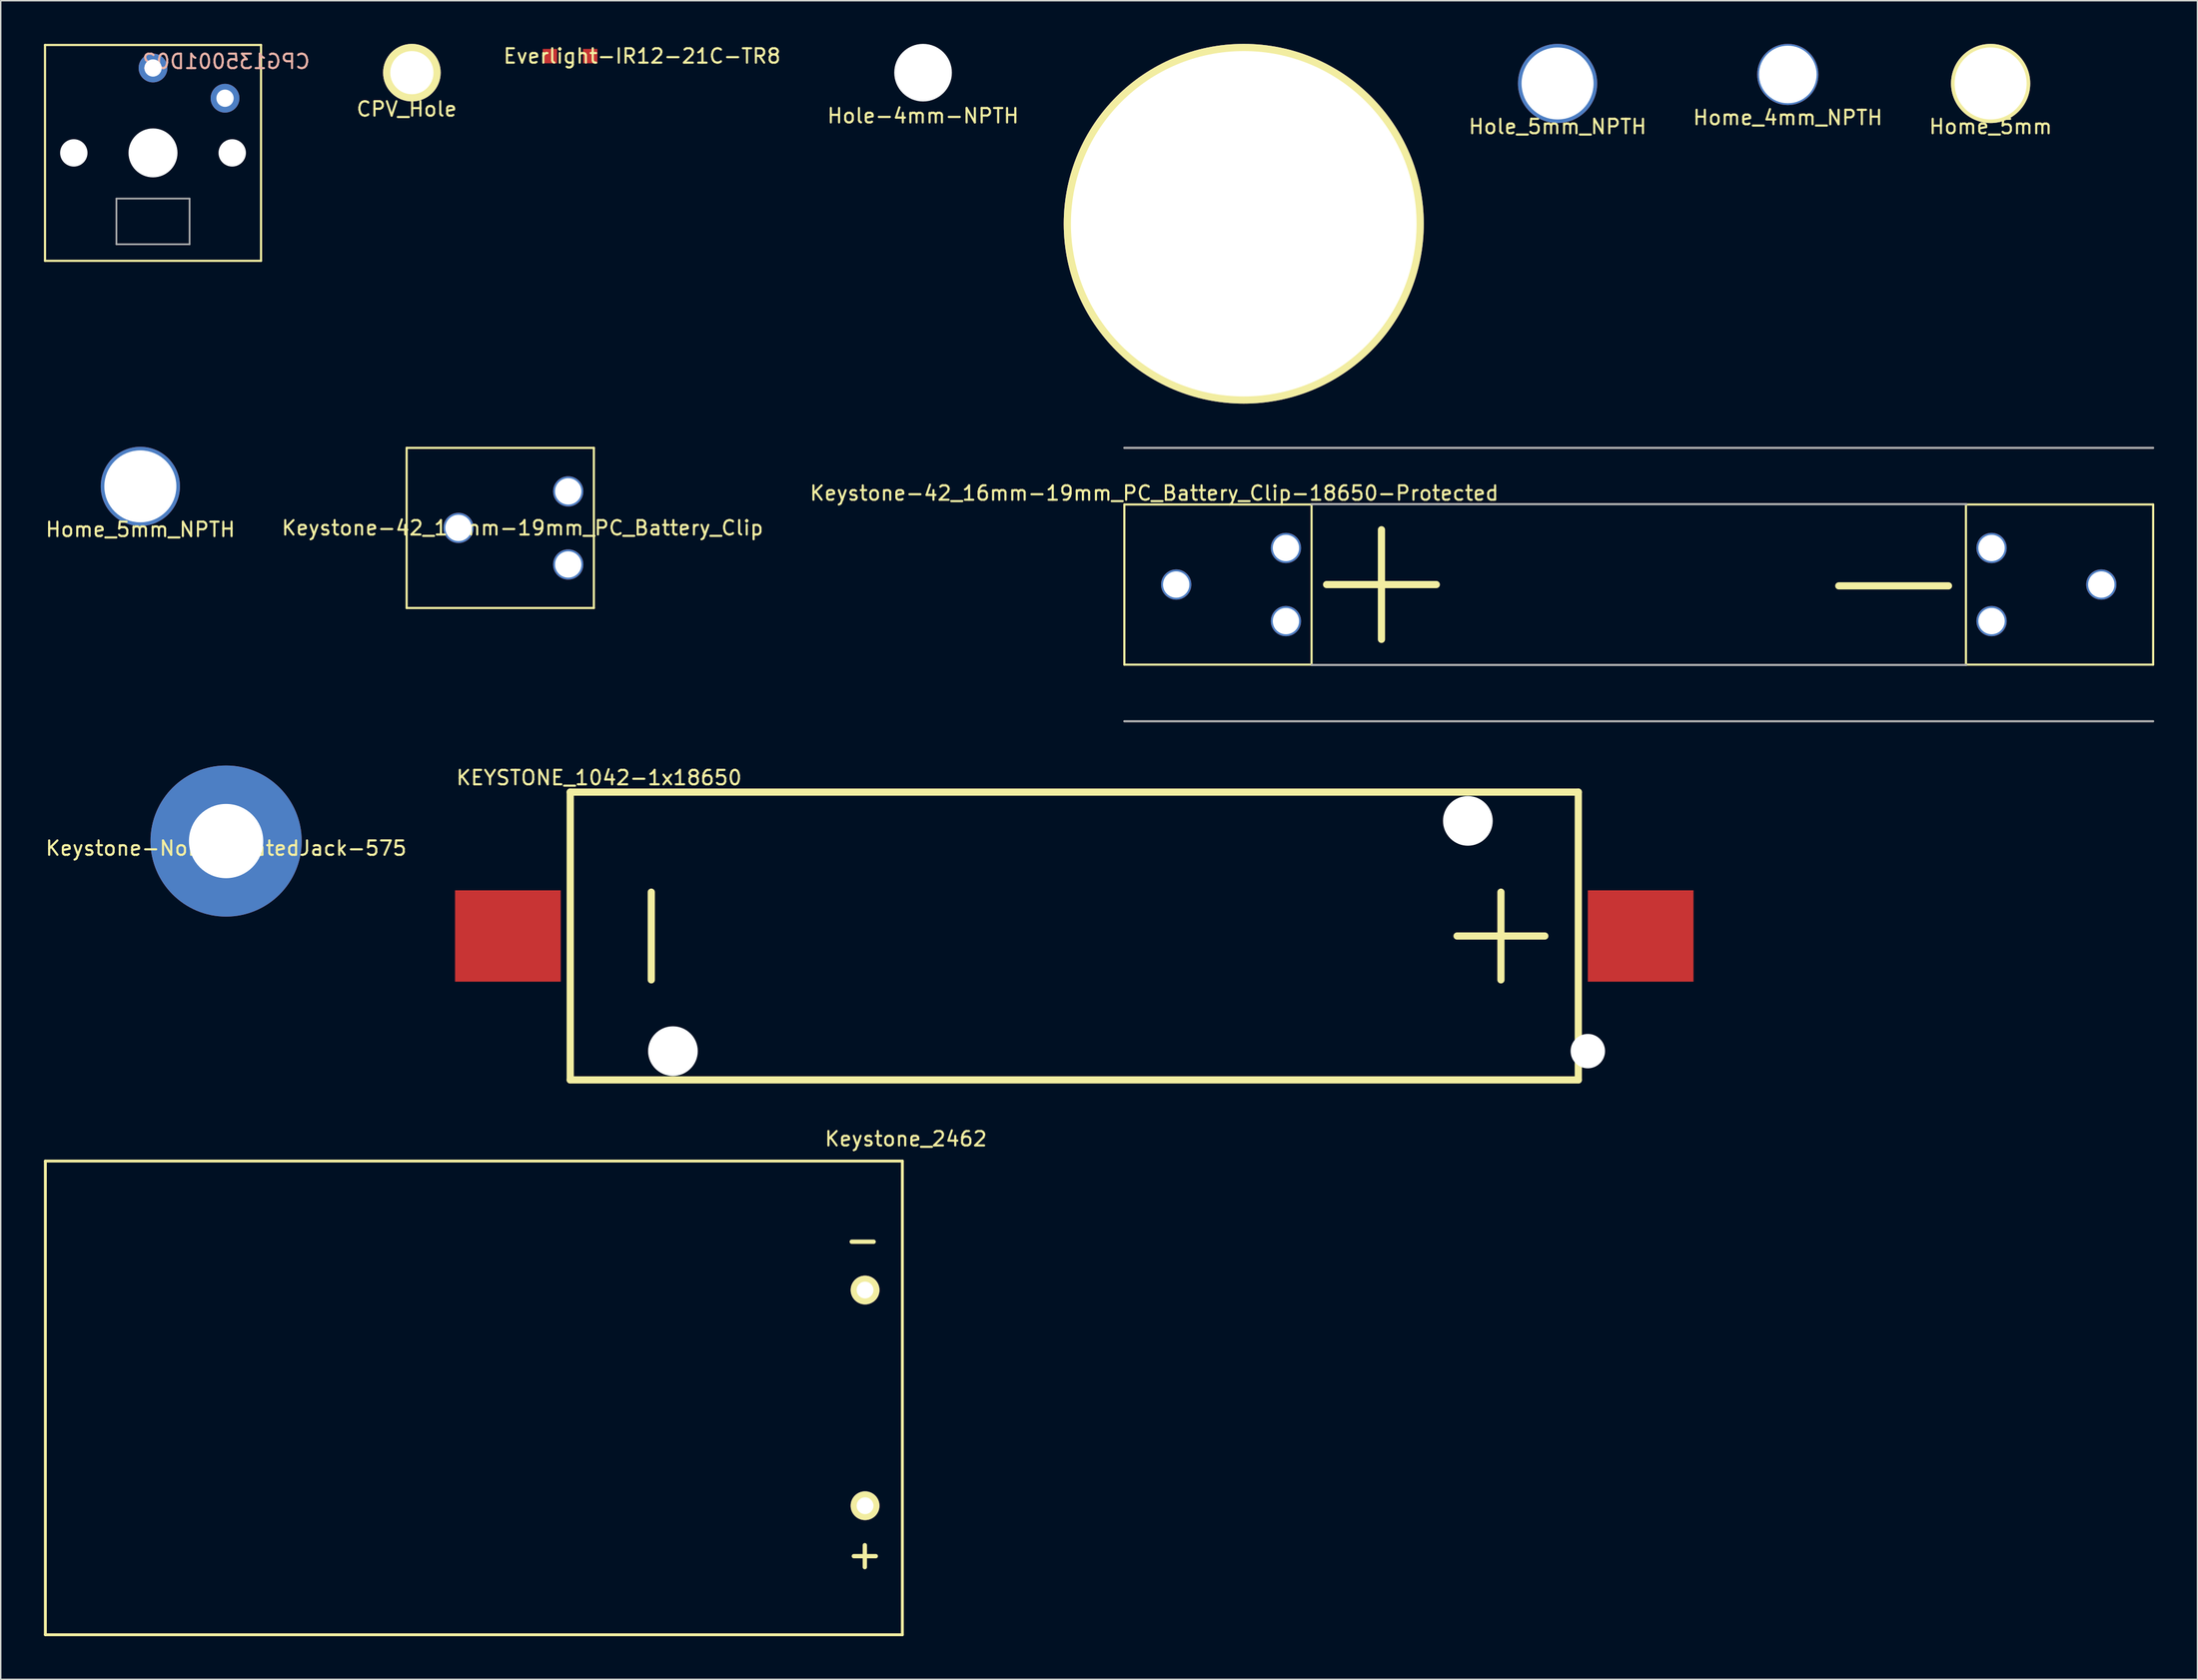
<source format=kicad_pcb>
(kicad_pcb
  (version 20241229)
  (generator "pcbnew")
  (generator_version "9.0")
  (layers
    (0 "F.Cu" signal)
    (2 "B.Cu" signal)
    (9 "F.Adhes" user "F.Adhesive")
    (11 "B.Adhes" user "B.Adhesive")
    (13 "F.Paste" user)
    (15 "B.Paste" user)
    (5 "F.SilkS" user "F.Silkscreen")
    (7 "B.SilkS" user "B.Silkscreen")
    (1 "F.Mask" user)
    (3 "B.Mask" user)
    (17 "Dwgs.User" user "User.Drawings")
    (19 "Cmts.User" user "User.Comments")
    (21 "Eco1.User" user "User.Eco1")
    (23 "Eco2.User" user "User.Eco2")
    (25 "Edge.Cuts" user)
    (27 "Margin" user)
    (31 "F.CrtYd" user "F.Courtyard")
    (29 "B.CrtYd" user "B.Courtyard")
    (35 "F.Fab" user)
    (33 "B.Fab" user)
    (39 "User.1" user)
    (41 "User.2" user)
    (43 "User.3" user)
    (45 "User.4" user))
  (footprint "Home_5mm_NPTH"
    (layer "F.Cu")
    (at 6.696 30.75)
    (property "Reference" "Home_5mm_NPTH" (at 0 3 0) (layer "F.SilkS") (effects (font (size 1 1) (thickness 0.15))))
    (attr through_hole)
    (pad "" np_thru_hole circle (at 0 0) (size 5.5 5.5) (drill 5) (layers "*.Cu" "*.Mask")))
  (footprint "Keystone-42_16mm-19mm_PC_Battery_Clip"
    (layer "F.Cu")
    (at 28.787 33.64)
    (property "Reference" "Keystone-42_16mm-19mm_PC_Battery_Clip" (at 4.445 0 0) (layer "F.SilkS") (effects (font (size 1 1) (thickness 0.15))))
    (attr through_hole)
    (fp_line (start -3.6 -5.565) (end -3.6 5.565) (stroke (width 0.15) (type solid)) (layer "F.SilkS"))
    (fp_line (start -3.6 -5.565) (end 9.4 -5.565) (stroke (width 0.15) (type solid)) (layer "F.SilkS"))
    (fp_line (start -3.6 5.565) (end 9.4 5.565) (stroke (width 0.15) (type solid)) (layer "F.SilkS"))
    (fp_line (start 9.4 -5.565) (end 9.4 5.565) (stroke (width 0.15) (type solid)) (layer "F.SilkS"))
    (pad "1" thru_hole circle (at 0 0) (size 2.1 2.1) (drill 1.83) (layers "*.Cu" "*.Mask"))
    (pad "1" thru_hole circle (at 7.62 -2.54) (size 2.1 2.1) (drill 1.83) (layers "*.Cu" "*.Mask"))
    (pad "1" thru_hole circle (at 7.62 2.54) (size 2.1 2.1) (drill 1.83) (layers "*.Cu" "*.Mask")))
  (footprint "KEYSTONE_1042-1x18650"
    (layer "F.Cu")
    (at 28.548 61.998)
    (property "Reference" "KEYSTONE_1042-1x18650" (at 10 -11 0) (layer "F.SilkS") (effects (font (size 1 1) (thickness 0.15))))
    (attr through_hole)
    (fp_line (start 8 -10) (end 8 10) (stroke (width 0.5) (type solid)) (layer "F.SilkS"))
    (fp_line (start 8 10) (end 78 10) (stroke (width 0.5) (type solid)) (layer "F.SilkS"))
    (fp_line (start 78 -10) (end 8 -10) (stroke (width 0.5) (type solid)) (layer "F.SilkS"))
    (fp_line (start 78 10) (end 78 -10) (stroke (width 0.5) (type solid)) (layer "F.SilkS"))
    (fp_text user "+" (at 72 0 90) (layer "F.SilkS") (effects (font (size 8 8) (thickness 0.5))))
    (fp_text user "-" (at 13 0 90) (layer "F.SilkS") (effects (font (size 8 8) (thickness 0.5))))
    (pad "" np_thru_hole circle (at 15.13 8) (size 3.45 3.45) (drill 3.45) (layers "*.Cu" "*.Mask"))
    (pad "" np_thru_hole circle (at 70.33 -8) (size 3.45 3.45) (drill 3.45) (layers "*.Cu" "*.Mask"))
    (pad "" np_thru_hole circle (at 78.66 8) (size 2.39 2.39) (drill 2.39) (layers "*.Cu" "*.Mask"))
    (pad "1" smd rect (at 82.33 0) (size 7.34 6.35) (layers "F.Cu" "F.Mask" "F.Paste"))
    (pad "2" smd rect (at 3.67 0) (size 7.34 6.35) (layers "F.Cu" "F.Mask" "F.Paste")))
  (footprint "Hole_5mm_NPTH"
    (layer "F.Cu")
    (at 105.107 2.75)
    (property "Reference" "Hole_5mm_NPTH" (at 0 3 0) (layer "F.SilkS") (effects (font (size 1 1) (thickness 0.15))))
    (attr through_hole)
    (pad "" np_thru_hole circle (at 0 0) (size 5.5 5.5) (drill 5) (layers "*.Cu" "*.Mask")))
  (footprint "Keystone_2462"
    (layer "F.Cu")
    (at 29.855 94.097)
    (property "Reference" "Keystone_2462" (at 30 -18 0) (layer "F.SilkS") (effects (font (size 1 1) (thickness 0.15))))
    (attr through_hole)
    (fp_line (start -29.755 -16.46) (end -29.755 16.46) (stroke (width 0.2) (type solid)) (layer "F.SilkS"))
    (fp_line (start 29.755 -16.46) (end -29.755 -16.46) (stroke (width 0.2) (type solid)) (layer "F.SilkS"))
    (fp_line (start 29.755 -16.46) (end 29.755 16.46) (stroke (width 0.2) (type solid)) (layer "F.SilkS"))
    (fp_line (start 29.755 16.46) (end -29.755 16.46) (stroke (width 0.2) (type solid)) (layer "F.SilkS"))
    (fp_text user "-" (at 27 -11 0) (layer "F.SilkS") (effects (font (size 2 2) (thickness 0.3))))
    (fp_text user "+" (at 27 11 90) (layer "F.SilkS") (effects (font (size 2 2) (thickness 0.3))))
    (pad "1" thru_hole circle (at 27.165 -7.495) (size 2 2) (drill 1.17) (layers "*.Cu" "*.Mask" "F.SilkS"))
    (pad "2" thru_hole circle (at 27.165 7.495) (size 2 2) (drill 1.17) (layers "*.Cu" "*.Mask" "F.SilkS")))
  (footprint "Hole-4mm-NPTH"
    (layer "F.Cu")
    (at 61.048 2)
    (property "Reference" "Hole-4mm-NPTH" (at 0 3 0) (layer "F.SilkS") (effects (font (size 1 1) (thickness 0.15))))
    (attr through_hole)
    (pad "" np_thru_hole circle (at 0 0) (size 4 4) (drill 4) (layers "*.Cu" "*.Mask")))
  (footprint "Home_4mm_NPTH"
    (layer "F.Cu")
    (at 121.095 2.125)
    (property "Reference" "Home_4mm_NPTH" (at 0 3 0) (layer "F.SilkS") (effects (font (size 1 1) (thickness 0.15))))
    (attr through_hole)
    (pad "" np_thru_hole circle (at 0 0) (size 4.25 4.25) (drill 4) (layers "*.Cu" "*.Mask")))
  (footprint "Home_5mm"
    (layer "F.Cu")
    (at 135.179 2.75)
    (property "Reference" "Home_5mm" (at 0 3 0) (layer "F.SilkS") (effects (font (size 1 1) (thickness 0.15))))
    (attr through_hole)
    (pad "1" thru_hole circle (at 0 0) (size 5.5 5.5) (drill 5) (layers "*.Cu" "*.Mask" "F.SilkS")))
  (footprint "Keystone-42_16mm-19mm_PC_Battery_Clip-18650-Protected"
    (layer "F.Cu")
    (at 86.245 37.575)
    (property "Reference" "Keystone-42_16mm-19mm_PC_Battery_Clip-18650-Protected" (at -9.144 -6.35 0) (layer "F.SilkS") (effects (font (size 1 1) (thickness 0.15))))
    (attr through_hole)
    (fp_line (start -11.22 -5.565) (end -11.22 5.565) (stroke (width 0.15) (type solid)) (layer "F.SilkS"))
    (fp_line (start -11.22 -5.565) (end 1.78 -5.565) (stroke (width 0.15) (type solid)) (layer "F.SilkS"))
    (fp_line (start -11.22 5.565) (end 1.78 5.565) (stroke (width 0.15) (type solid)) (layer "F.SilkS"))
    (fp_line (start 1.78 -5.565) (end 1.78 5.565) (stroke (width 0.15) (type solid)) (layer "F.SilkS"))
    (fp_line (start 47.22 5.565) (end 47.22 -5.565) (stroke (width 0.15) (type solid)) (layer "F.SilkS"))
    (fp_line (start 60.22 -5.565) (end 47.22 -5.565) (stroke (width 0.15) (type solid)) (layer "F.SilkS"))
    (fp_line (start 60.22 5.565) (end 47.22 5.565) (stroke (width 0.15) (type solid)) (layer "F.SilkS"))
    (fp_line (start 60.22 5.565) (end 60.22 -5.565) (stroke (width 0.15) (type solid)) (layer "F.SilkS"))
    (fp_line (start -11.22 -9.5) (end 60.22 -9.5) (stroke (width 0.15) (type solid)) (layer "F.Fab"))
    (fp_line (start -11.22 9.5) (end 60.22 9.5) (stroke (width 0.15) (type solid)) (layer "F.Fab"))
    (fp_line (start 1.778 5.588) (end 47.244 5.588) (stroke (width 0.15) (type solid)) (layer "F.Fab"))
    (fp_line (start 47.244 -5.588) (end 1.778 -5.588) (stroke (width 0.15) (type solid)) (layer "F.Fab"))
    (fp_text user "+" (at 5.842 0 90) (layer "F.SilkS") (effects (font (size 10 10) (thickness 0.5))))
    (fp_text user "-" (at 42.2 -0.7 180) (layer "F.SilkS") (effects (font (size 10 10) (thickness 0.5))))
    (pad "1" thru_hole circle (at -7.62 0) (size 2.1 2.1) (drill 1.83) (layers "*.Cu" "*.Mask"))
    (pad "1" thru_hole circle (at 0 -2.54) (size 2.1 2.1) (drill 1.83) (layers "*.Cu" "*.Mask"))
    (pad "1" thru_hole circle (at 0 2.54) (size 2.1 2.1) (drill 1.83) (layers "*.Cu" "*.Mask"))
    (pad "2" thru_hole circle (at 49 -2.54 180) (size 2.1 2.1) (drill 1.83) (layers "*.Cu" "*.Mask"))
    (pad "2" thru_hole circle (at 49 2.54 180) (size 2.1 2.1) (drill 1.83) (layers "*.Cu" "*.Mask"))
    (pad "2" thru_hole circle (at 56.62 0 180) (size 2.1 2.1) (drill 1.83) (layers "*.Cu" "*.Mask")))
  (footprint "Hole-24mm"
    (layer "F.Cu")
    (at 83.316 12.5)
    (property "Reference" "Hole-24mm" (at 0 0.5 0) (layer "F.SilkS") (effects (font (size 1 1) (thickness 0.15))))
    (attr through_hole)
    (pad "" np_thru_hole circle (at 0 0) (size 25 25) (drill 24) (layers "*.Cu" "*.Mask" "F.SilkS")))
  (footprint "CPV_Hole"
    (layer "F.Cu")
    (at 25.971 3.2)
    (property "Reference" "CPV_Hole" (at -0.78 1.33 0) (layer "F.SilkS") (effects (font (size 1 1) (thickness 0.15))))
    (attr through_hole)
    (pad "1" thru_hole circle (at -0.42 -1.2) (size 4 4) (drill 3) (layers "*.Cu" "*.Mask" "F.SilkS")))
  (footprint "CPG135001D02"
    (layer "F.Cu")
    (at 7.575 7.575)
    (property "Reference" "CPG135001D02" (at 5.08 -6.35 0) (layer "B.SilkS") (effects (font (size 1 1) (thickness 0.15)) (justify mirror)))
    (attr through_hole)
    (fp_line (start -7.5 -7.5) (end 7.5 -7.5) (stroke (width 0.15) (type solid)) (layer "F.SilkS"))
    (fp_line (start -7.5 7.5) (end -7.5 -7.5) (stroke (width 0.15) (type solid)) (layer "F.SilkS"))
    (fp_line (start 7.5 -7.5) (end 7.5 7.5) (stroke (width 0.15) (type solid)) (layer "F.SilkS"))
    (fp_line (start 7.5 7.5) (end -7.5 7.5) (stroke (width 0.15) (type solid)) (layer "F.SilkS"))
    (fp_line (start -2.54 3.175) (end -2.54 6.35) (stroke (width 0.12) (type solid)) (layer "F.Fab"))
    (fp_line (start -2.54 6.35) (end 2.54 6.35) (stroke (width 0.12) (type solid)) (layer "F.Fab"))
    (fp_line (start 2.54 3.175) (end -2.54 3.175) (stroke (width 0.12) (type solid)) (layer "F.Fab"))
    (fp_line (start 2.54 6.35) (end 2.54 3.175) (stroke (width 0.12) (type solid)) (layer "F.Fab"))
    (pad "" np_thru_hole circle (at -5.5 0) (size 1.9 1.9) (drill 1.9) (layers "*.Cu" "*.Mask"))
    (pad "" np_thru_hole circle (at 0 0) (size 3.4 3.4) (drill 3.4) (layers "*.Cu" "*.Mask"))
    (pad "" np_thru_hole circle (at 5.5 0) (size 1.9 1.9) (drill 1.9) (layers "*.Cu" "*.Mask"))
    (pad "1" thru_hole circle (at 0 -5.9) (size 2 2) (drill 1.2) (layers "*.Cu" "*.Mask"))
    (pad "2" thru_hole circle (at 5 -3.8) (size 2 2) (drill 1.2) (layers "*.Cu" "*.Mask")))
  (footprint "Keystone-NonInsulatedJack-575"
    (layer "F.Cu")
    (at 12.649 55.4)
    (property "Reference" "Keystone-NonInsulatedJack-575" (at 0 0.5 0) (layer "F.SilkS") (effects (font (size 1 1) (thickness 0.15))))
    (attr through_hole)
    (pad "1" thru_hole circle (at 0 0) (size 10.5 10.5) (drill 5.16) (layers "*.Cu" "*.Mask")))
  (footprint "Everlight-IR12-21C-TR8"
    (layer "F.Cu")
    (at 36.536 0.848)
    (property "Reference" "Everlight-IR12-21C-TR8" (at 5 0 0) (layer "F.SilkS") (effects (font (size 1 1) (thickness 0.15))))
    (attr through_hole)
    (pad "1" smd rect (at -1.4 0) (size 1 1) (layers "F.Cu" "F.Mask" "F.Paste"))
    (pad "2" smd rect (at 1.4 0) (size 1 1) (layers "F.Cu" "F.Mask" "F.Paste")))
  (gr_rect
    (start -3 -3)
    (end 149.54 113.656)
    (stroke (width 0.1) (type default))
    (fill no)
    (layer "Edge.Cuts")))
</source>
